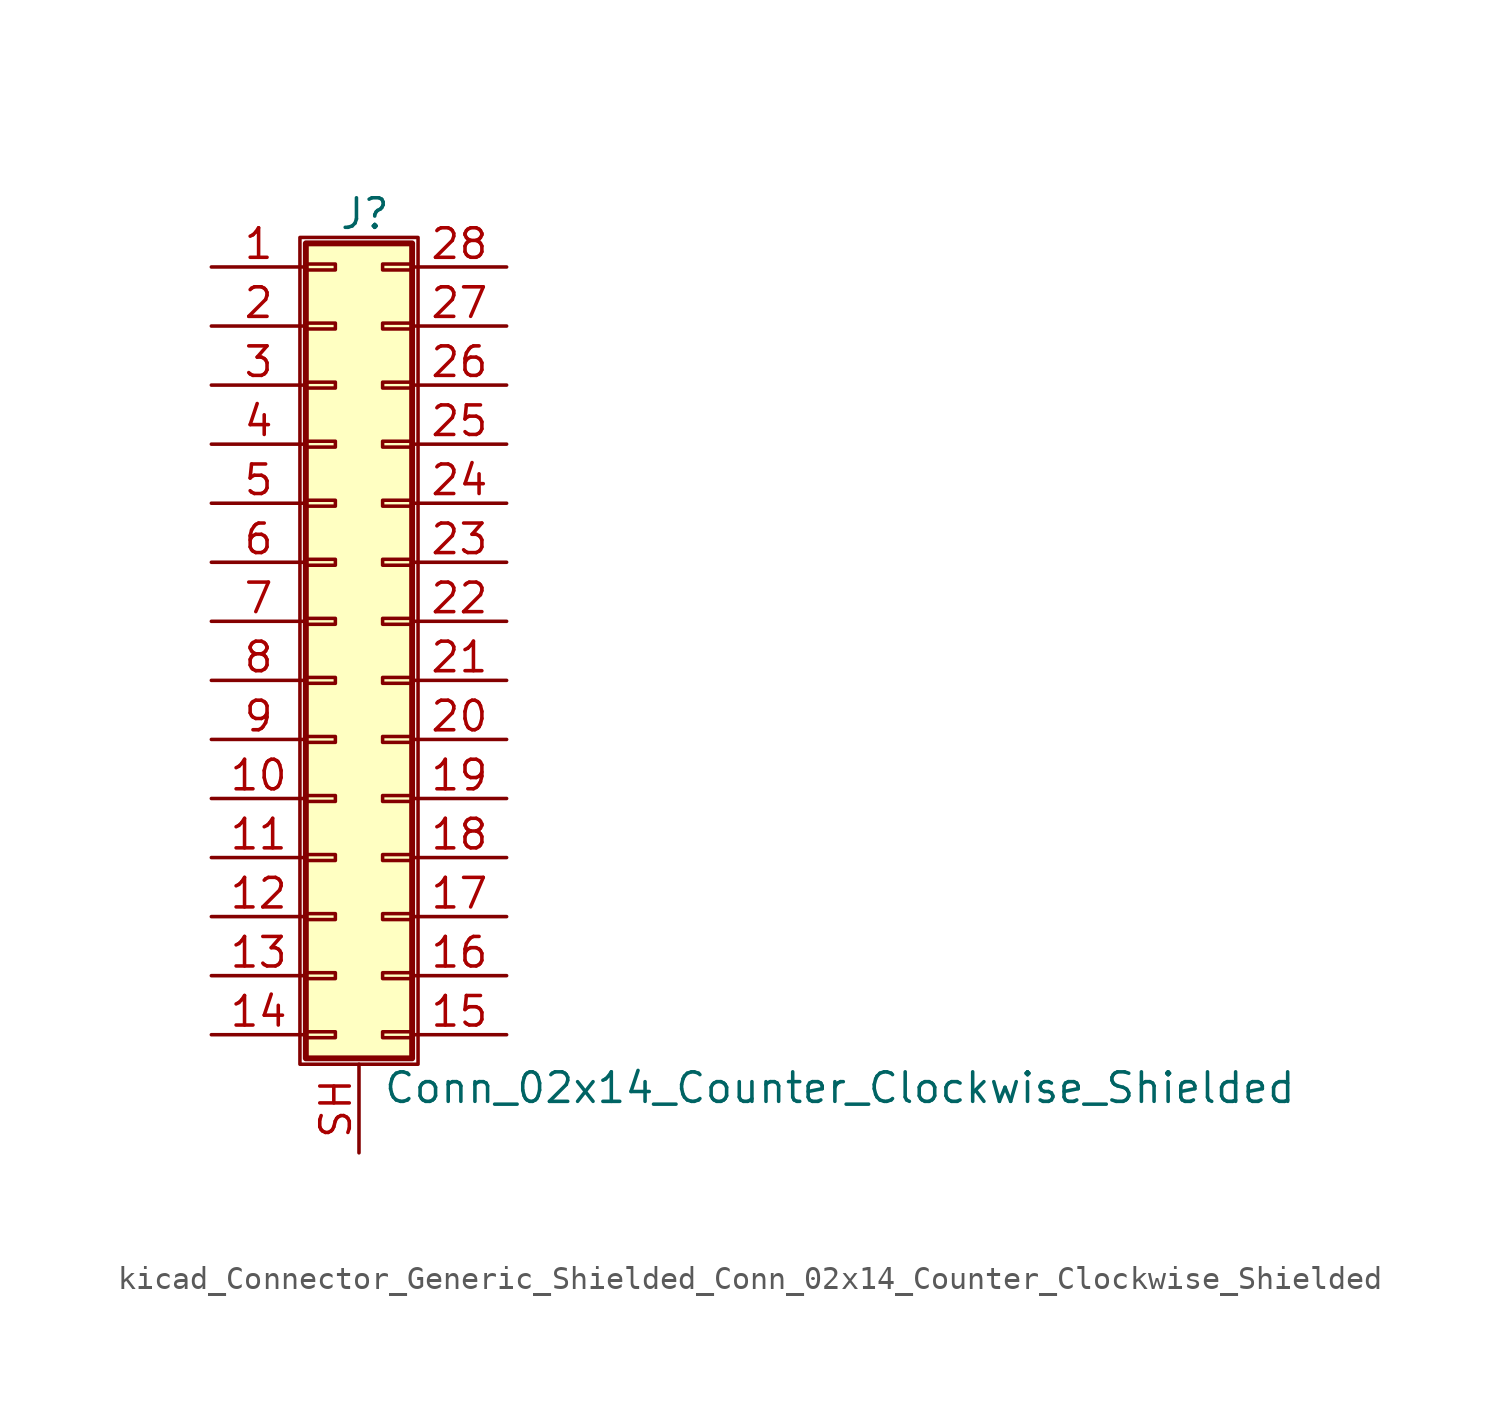
<source format=kicad_sym>
(kicad_symbol_lib
  (version 20220914)
  (generator kicad_symbol_editor)
  (symbol "kicad_Connector_Generic_Shielded_Conn_02x14_Counter_Clockwise_Shielded"
    (pin_names
      (offset 1.016) hide)
    (property "Reference" "J"
      (at 1.524 17.526 0)
      (effects (font (size 1.27 1.27))))
    (property "Value" "Conn_02x14_Counter_Clockwise_Shielded"
      (at 2.286 -20.066 0)
      (effects (font (size 1.27 1.27)) (justify left)))
    (symbol "kicad_Connector_Generic_Shielded_Conn_02x14_Counter_Clockwise_Shielded_1_1"
      (rectangle (start -1.27 16.51) (end 3.81 -19.05) (stroke (width 0.152) (type default)) (fill (type none)))
      (rectangle (start -1.016 -17.653) (end 0.254 -17.907) (stroke (width 0.152) (type default)) (fill (type none)))
      (rectangle (start -1.016 -15.113) (end 0.254 -15.367) (stroke (width 0.152) (type default)) (fill (type none)))
      (rectangle (start -1.016 -12.573) (end 0.254 -12.827) (stroke (width 0.152) (type default)) (fill (type none)))
      (rectangle (start -1.016 -10.033) (end 0.254 -10.287) (stroke (width 0.152) (type default)) (fill (type none)))
      (rectangle (start -1.016 -7.493) (end 0.254 -7.747) (stroke (width 0.152) (type default)) (fill (type none)))
      (rectangle (start -1.016 -4.953) (end 0.254 -5.207) (stroke (width 0.152) (type default)) (fill (type none)))
      (rectangle (start -1.016 -2.413) (end 0.254 -2.667) (stroke (width 0.152) (type default)) (fill (type none)))
      (rectangle (start -1.016 0.127) (end 0.254 -0.127) (stroke (width 0.152) (type default)) (fill (type none)))
      (rectangle (start -1.016 2.667) (end 0.254 2.413) (stroke (width 0.152) (type default)) (fill (type none)))
      (rectangle (start -1.016 5.207) (end 0.254 4.953) (stroke (width 0.152) (type default)) (fill (type none)))
      (rectangle (start -1.016 7.747) (end 0.254 7.493) (stroke (width 0.152) (type default)) (fill (type none)))
      (rectangle (start -1.016 10.287) (end 0.254 10.033) (stroke (width 0.152) (type default)) (fill (type none)))
      (rectangle (start -1.016 12.827) (end 0.254 12.573) (stroke (width 0.152) (type default)) (fill (type none)))
      (rectangle (start -1.016 15.367) (end 0.254 15.113) (stroke (width 0.152) (type default)) (fill (type none)))
      (rectangle (start -1.016 16.256) (end 3.556 -18.796) (stroke (width 0.254) (type default)) (fill (type background)))
      (rectangle (start 3.556 -17.653) (end 2.286 -17.907) (stroke (width 0.152) (type default)) (fill (type none)))
      (rectangle (start 3.556 -15.113) (end 2.286 -15.367) (stroke (width 0.152) (type default)) (fill (type none)))
      (rectangle (start 3.556 -12.573) (end 2.286 -12.827) (stroke (width 0.152) (type default)) (fill (type none)))
      (rectangle (start 3.556 -10.033) (end 2.286 -10.287) (stroke (width 0.152) (type default)) (fill (type none)))
      (rectangle (start 3.556 -7.493) (end 2.286 -7.747) (stroke (width 0.152) (type default)) (fill (type none)))
      (rectangle (start 3.556 -4.953) (end 2.286 -5.207) (stroke (width 0.152) (type default)) (fill (type none)))
      (rectangle (start 3.556 -2.413) (end 2.286 -2.667) (stroke (width 0.152) (type default)) (fill (type none)))
      (rectangle (start 3.556 0.127) (end 2.286 -0.127) (stroke (width 0.152) (type default)) (fill (type none)))
      (rectangle (start 3.556 2.667) (end 2.286 2.413) (stroke (width 0.152) (type default)) (fill (type none)))
      (rectangle (start 3.556 5.207) (end 2.286 4.953) (stroke (width 0.152) (type default)) (fill (type none)))
      (rectangle (start 3.556 7.747) (end 2.286 7.493) (stroke (width 0.152) (type default)) (fill (type none)))
      (rectangle (start 3.556 10.287) (end 2.286 10.033) (stroke (width 0.152) (type default)) (fill (type none)))
      (rectangle (start 3.556 12.827) (end 2.286 12.573) (stroke (width 0.152) (type default)) (fill (type none)))
      (rectangle (start 3.556 15.367) (end 2.286 15.113) (stroke (width 0.152) (type default)) (fill (type none)))
      (pin passive line (at -5.08 15.24 0) (length 4.064) (name "Pin_1" (effects (font (size 1.27 1.27)))) (number "1" (effects (font (size 1.27 1.27)))))
      (pin passive line (at -5.08 -7.62 0) (length 4.064) (name "Pin_10" (effects (font (size 1.27 1.27)))) (number "10" (effects (font (size 1.27 1.27)))))
      (pin passive line (at -5.08 -10.16 0) (length 4.064) (name "Pin_11" (effects (font (size 1.27 1.27)))) (number "11" (effects (font (size 1.27 1.27)))))
      (pin passive line (at -5.08 -12.7 0) (length 4.064) (name "Pin_12" (effects (font (size 1.27 1.27)))) (number "12" (effects (font (size 1.27 1.27)))))
      (pin passive line (at -5.08 -15.24 0) (length 4.064) (name "Pin_13" (effects (font (size 1.27 1.27)))) (number "13" (effects (font (size 1.27 1.27)))))
      (pin passive line (at -5.08 -17.78 0) (length 4.064) (name "Pin_14" (effects (font (size 1.27 1.27)))) (number "14" (effects (font (size 1.27 1.27)))))
      (pin passive line (at 7.62 -17.78 180) (length 4.064) (name "Pin_15" (effects (font (size 1.27 1.27)))) (number "15" (effects (font (size 1.27 1.27)))))
      (pin passive line (at 7.62 -15.24 180) (length 4.064) (name "Pin_16" (effects (font (size 1.27 1.27)))) (number "16" (effects (font (size 1.27 1.27)))))
      (pin passive line (at 7.62 -12.7 180) (length 4.064) (name "Pin_17" (effects (font (size 1.27 1.27)))) (number "17" (effects (font (size 1.27 1.27)))))
      (pin passive line (at 7.62 -10.16 180) (length 4.064) (name "Pin_18" (effects (font (size 1.27 1.27)))) (number "18" (effects (font (size 1.27 1.27)))))
      (pin passive line (at 7.62 -7.62 180) (length 4.064) (name "Pin_19" (effects (font (size 1.27 1.27)))) (number "19" (effects (font (size 1.27 1.27)))))
      (pin passive line (at -5.08 12.7 0) (length 4.064) (name "Pin_2" (effects (font (size 1.27 1.27)))) (number "2" (effects (font (size 1.27 1.27)))))
      (pin passive line (at 7.62 -5.08 180) (length 4.064) (name "Pin_20" (effects (font (size 1.27 1.27)))) (number "20" (effects (font (size 1.27 1.27)))))
      (pin passive line (at 7.62 -2.54 180) (length 4.064) (name "Pin_21" (effects (font (size 1.27 1.27)))) (number "21" (effects (font (size 1.27 1.27)))))
      (pin passive line (at 7.62 0 180) (length 4.064) (name "Pin_22" (effects (font (size 1.27 1.27)))) (number "22" (effects (font (size 1.27 1.27)))))
      (pin passive line (at 7.62 2.54 180) (length 4.064) (name "Pin_23" (effects (font (size 1.27 1.27)))) (number "23" (effects (font (size 1.27 1.27)))))
      (pin passive line (at 7.62 5.08 180) (length 4.064) (name "Pin_24" (effects (font (size 1.27 1.27)))) (number "24" (effects (font (size 1.27 1.27)))))
      (pin passive line (at 7.62 7.62 180) (length 4.064) (name "Pin_25" (effects (font (size 1.27 1.27)))) (number "25" (effects (font (size 1.27 1.27)))))
      (pin passive line (at 7.62 10.16 180) (length 4.064) (name "Pin_26" (effects (font (size 1.27 1.27)))) (number "26" (effects (font (size 1.27 1.27)))))
      (pin passive line (at 7.62 12.7 180) (length 4.064) (name "Pin_27" (effects (font (size 1.27 1.27)))) (number "27" (effects (font (size 1.27 1.27)))))
      (pin passive line (at 7.62 15.24 180) (length 4.064) (name "Pin_28" (effects (font (size 1.27 1.27)))) (number "28" (effects (font (size 1.27 1.27)))))
      (pin passive line (at -5.08 10.16 0) (length 4.064) (name "Pin_3" (effects (font (size 1.27 1.27)))) (number "3" (effects (font (size 1.27 1.27)))))
      (pin passive line (at -5.08 7.62 0) (length 4.064) (name "Pin_4" (effects (font (size 1.27 1.27)))) (number "4" (effects (font (size 1.27 1.27)))))
      (pin passive line (at -5.08 5.08 0) (length 4.064) (name "Pin_5" (effects (font (size 1.27 1.27)))) (number "5" (effects (font (size 1.27 1.27)))))
      (pin passive line (at -5.08 2.54 0) (length 4.064) (name "Pin_6" (effects (font (size 1.27 1.27)))) (number "6" (effects (font (size 1.27 1.27)))))
      (pin passive line (at -5.08 0 0) (length 4.064) (name "Pin_7" (effects (font (size 1.27 1.27)))) (number "7" (effects (font (size 1.27 1.27)))))
      (pin passive line (at -5.08 -2.54 0) (length 4.064) (name "Pin_8" (effects (font (size 1.27 1.27)))) (number "8" (effects (font (size 1.27 1.27)))))
      (pin passive line (at -5.08 -5.08 0) (length 4.064) (name "Pin_9" (effects (font (size 1.27 1.27)))) (number "9" (effects (font (size 1.27 1.27)))))
      (pin passive line (at 1.27 -22.86 90) (length 3.81) (name "Shield" (effects (font (size 1.27 1.27)))) (number "SH" (effects (font (size 1.27 1.27))))))))
</source>
